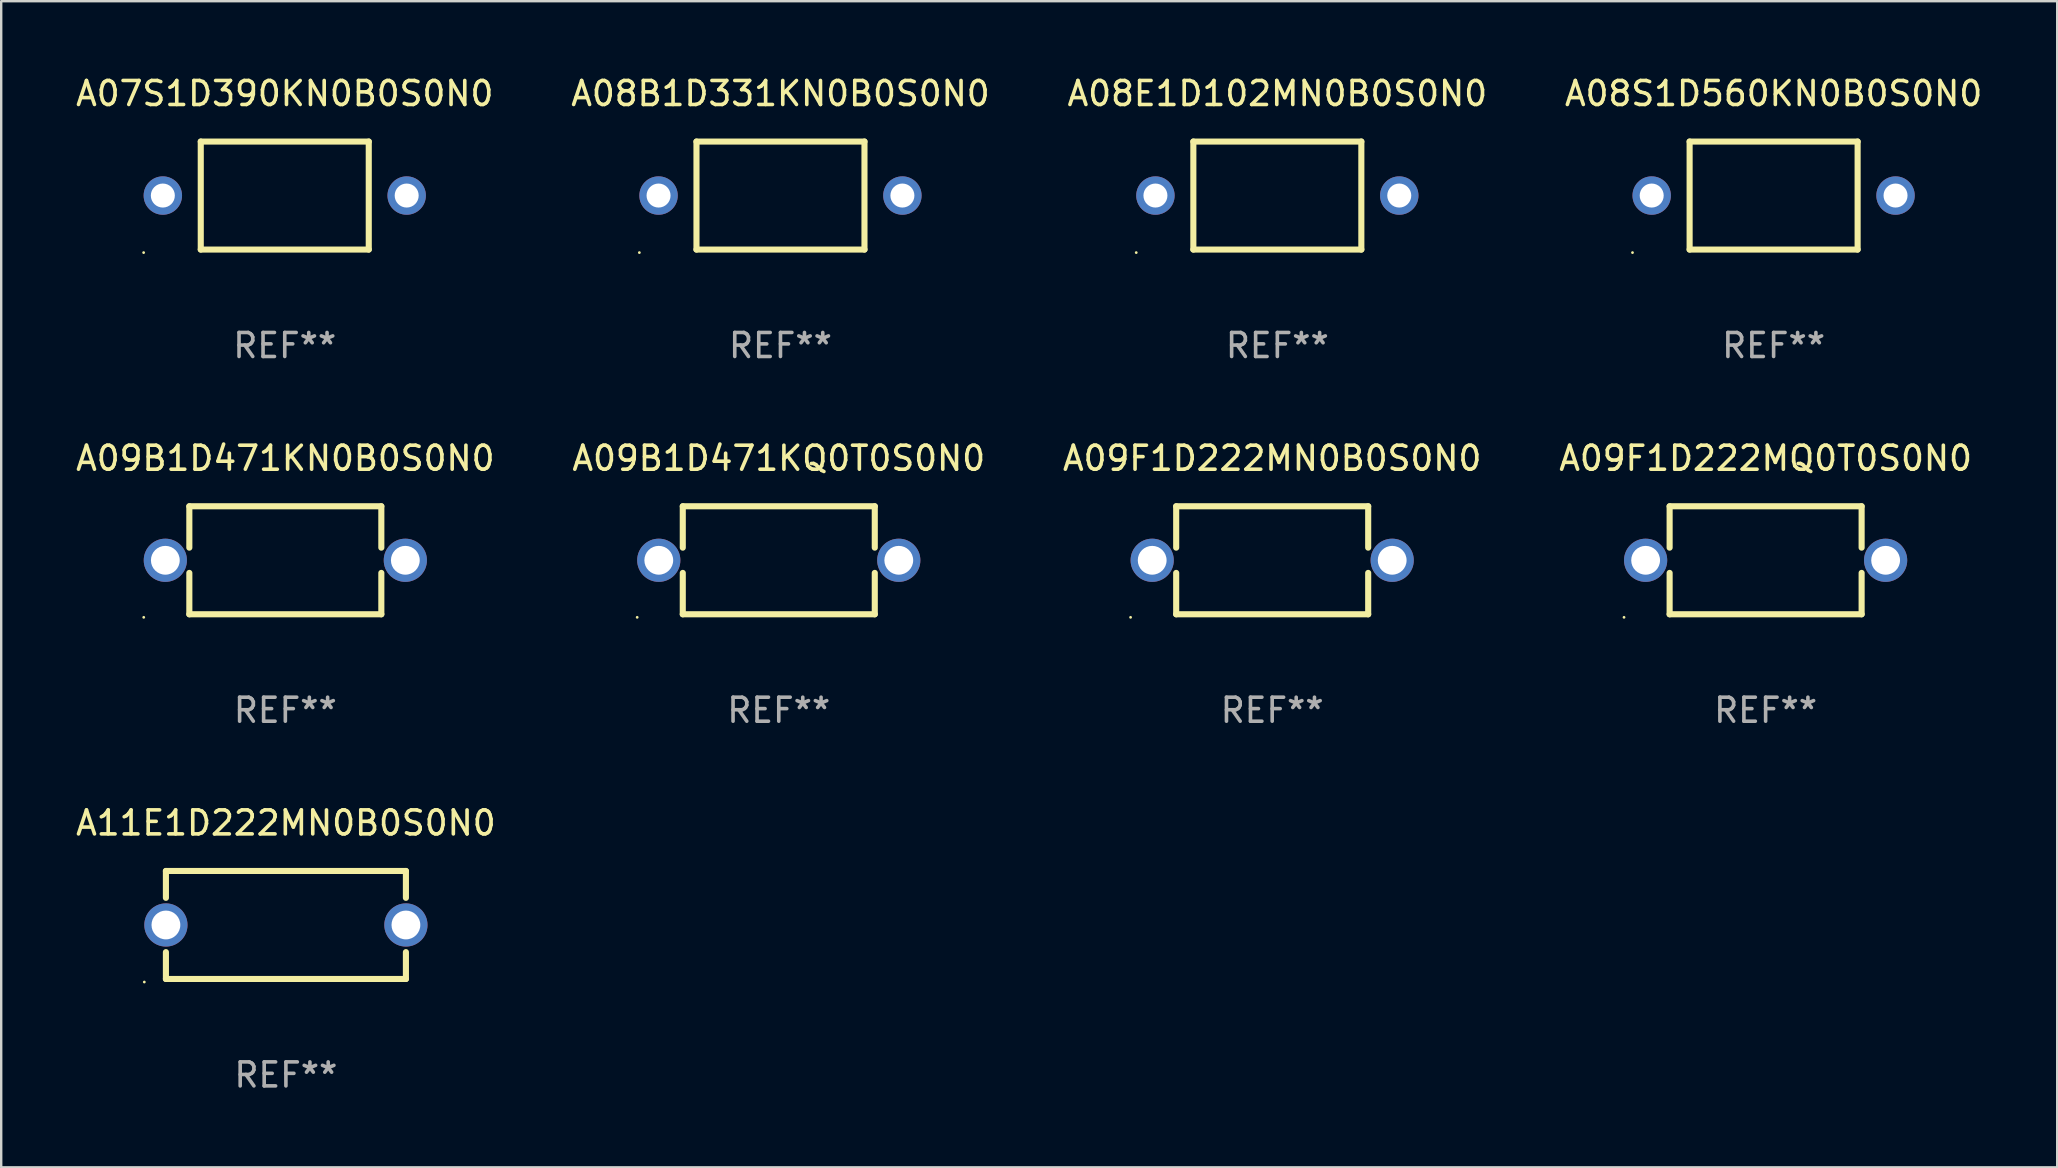
<source format=kicad_pcb>
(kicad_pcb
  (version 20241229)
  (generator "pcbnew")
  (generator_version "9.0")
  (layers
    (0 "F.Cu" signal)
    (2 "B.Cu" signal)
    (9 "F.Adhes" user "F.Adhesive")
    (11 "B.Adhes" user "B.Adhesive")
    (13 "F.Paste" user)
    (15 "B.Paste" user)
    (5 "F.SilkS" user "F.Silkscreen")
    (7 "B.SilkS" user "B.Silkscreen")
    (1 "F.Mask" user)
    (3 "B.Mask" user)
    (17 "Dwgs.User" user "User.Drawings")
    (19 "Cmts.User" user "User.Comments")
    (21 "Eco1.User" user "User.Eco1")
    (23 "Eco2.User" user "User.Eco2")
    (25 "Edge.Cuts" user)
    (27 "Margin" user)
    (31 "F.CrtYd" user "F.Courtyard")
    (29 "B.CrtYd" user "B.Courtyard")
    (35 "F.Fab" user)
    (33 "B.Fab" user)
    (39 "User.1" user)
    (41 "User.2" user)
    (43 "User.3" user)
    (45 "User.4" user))
  (footprint "A09F1D222MQ0T0S0N0"
    (layer "F.Cu")
    (at 70.518 20.295)
    (property "Reference" "A09F1D222MQ0T0S0N0" (at 0 -4.25 0) (layer "F.SilkS") (effects (font (size 1 1) (thickness 0.15))))
    (attr through_hole)
    (fp_line (start -4 -2.25) (end -4 -0.526) (stroke (width 0.254) (type solid)) (layer "F.SilkS"))
    (fp_line (start -4 -2.25) (end 4 -2.25) (stroke (width 0.254) (type solid)) (layer "F.SilkS"))
    (fp_line (start -4 0.526) (end -4 2.25) (stroke (width 0.254) (type solid)) (layer "F.SilkS"))
    (fp_line (start 4 -2.25) (end 4 -0.526) (stroke (width 0.254) (type solid)) (layer "F.SilkS"))
    (fp_line (start 4 0.526) (end 4 2.25) (stroke (width 0.254) (type solid)) (layer "F.SilkS"))
    (fp_line (start 4 2.25) (end -4 2.25) (stroke (width 0.254) (type solid)) (layer "F.SilkS"))
    (fp_circle (center -5.9 2.377) (end -5.87 2.377) (stroke (width 0.06) (type solid)) (fill no) (layer "F.SilkS"))
    (fp_text user "REF**" (at 0 6.25 0) (layer "F.Fab") (effects (font (size 1 1) (thickness 0.15))))
    (pad "1" thru_hole circle (at -5 0) (size 1.8 1.8) (drill 1.2) (layers "*.Cu" "*.Mask"))
    (pad "2" thru_hole circle (at 5 0) (size 1.8 1.8) (drill 1.2) (layers "*.Cu" "*.Mask")))
  (footprint "A09B1D471KQ0T0S0N0"
    (layer "F.Cu")
    (at 29.399 20.295)
    (property "Reference" "A09B1D471KQ0T0S0N0" (at 0 -4.25 0) (layer "F.SilkS") (effects (font (size 1 1) (thickness 0.15))))
    (attr through_hole)
    (fp_line (start -4 -2.25) (end -4 -0.526) (stroke (width 0.254) (type solid)) (layer "F.SilkS"))
    (fp_line (start -4 -2.25) (end 4 -2.25) (stroke (width 0.254) (type solid)) (layer "F.SilkS"))
    (fp_line (start -4 0.526) (end -4 2.25) (stroke (width 0.254) (type solid)) (layer "F.SilkS"))
    (fp_line (start 4 -2.25) (end 4 -0.526) (stroke (width 0.254) (type solid)) (layer "F.SilkS"))
    (fp_line (start 4 0.526) (end 4 2.25) (stroke (width 0.254) (type solid)) (layer "F.SilkS"))
    (fp_line (start 4 2.25) (end -4 2.25) (stroke (width 0.254) (type solid)) (layer "F.SilkS"))
    (fp_circle (center -5.9 2.377) (end -5.87 2.377) (stroke (width 0.06) (type solid)) (fill no) (layer "F.SilkS"))
    (fp_text user "REF**" (at 0 6.25 0) (layer "F.Fab") (effects (font (size 1 1) (thickness 0.15))))
    (pad "1" thru_hole circle (at -5 0) (size 1.8 1.8) (drill 1.2) (layers "*.Cu" "*.Mask"))
    (pad "2" thru_hole circle (at 5 0) (size 1.8 1.8) (drill 1.2) (layers "*.Cu" "*.Mask")))
  (footprint "A08B1D331KN0B0S0N0"
    (layer "F.Cu")
    (at 29.47 5.098)
    (property "Reference" "A08B1D331KN0B0S0N0" (at 0 -4.25 0) (layer "F.SilkS") (effects (font (size 1 1) (thickness 0.15))))
    (attr through_hole)
    (fp_line (start -3.5 -2.25) (end 3.5 -2.25) (stroke (width 0.254) (type solid)) (layer "F.SilkS"))
    (fp_line (start -3.5 2.25) (end -3.5 -2.25) (stroke (width 0.254) (type solid)) (layer "F.SilkS"))
    (fp_line (start 3.5 -2.25) (end 3.5 2.25) (stroke (width 0.254) (type solid)) (layer "F.SilkS"))
    (fp_line (start 3.5 2.25) (end -3.5 2.25) (stroke (width 0.254) (type solid)) (layer "F.SilkS"))
    (fp_circle (center -5.88 2.377) (end -5.85 2.377) (stroke (width 0.06) (type solid)) (fill no) (layer "F.SilkS"))
    (fp_text user "REF**" (at 0 6.25 0) (layer "F.Fab") (effects (font (size 1 1) (thickness 0.15))))
    (pad "1" thru_hole circle (at -5.08 0) (size 1.6 1.6) (drill 1) (layers "*.Cu" "*.Mask"))
    (pad "2" thru_hole circle (at 5.08 0) (size 1.6 1.6) (drill 1) (layers "*.Cu" "*.Mask")))
  (footprint "A11E1D222MN0B0S0N0"
    (layer "F.Cu")
    (at 8.863 35.491)
    (property "Reference" "A11E1D222MN0B0S0N0" (at 0 -4.25 0) (layer "F.SilkS") (effects (font (size 1 1) (thickness 0.15))))
    (attr through_hole)
    (fp_line (start -5 -2.25) (end -5 -1.131) (stroke (width 0.254) (type solid)) (layer "F.SilkS"))
    (fp_line (start -5 -2.25) (end 5 -2.25) (stroke (width 0.254) (type solid)) (layer "F.SilkS"))
    (fp_line (start -5 1.131) (end -5 2.25) (stroke (width 0.254) (type solid)) (layer "F.SilkS"))
    (fp_line (start 5 -2.25) (end 5 -1.131) (stroke (width 0.254) (type solid)) (layer "F.SilkS"))
    (fp_line (start 5 1.131) (end 5 2.25) (stroke (width 0.254) (type solid)) (layer "F.SilkS"))
    (fp_line (start 5 2.25) (end -5 2.25) (stroke (width 0.254) (type solid)) (layer "F.SilkS"))
    (fp_circle (center -5.9 2.377) (end -5.87 2.377) (stroke (width 0.06) (type solid)) (fill no) (layer "F.SilkS"))
    (fp_text user "REF**" (at 0 6.25 0) (layer "F.Fab") (effects (font (size 1 1) (thickness 0.15))))
    (pad "1" thru_hole circle (at -5 0) (size 1.8 1.8) (drill 1.2) (layers "*.Cu" "*.Mask"))
    (pad "2" thru_hole circle (at 5 0) (size 1.8 1.8) (drill 1.2) (layers "*.Cu" "*.Mask")))
  (footprint "A07S1D390KN0B0S0N0"
    (layer "F.Cu")
    (at 8.815 5.098)
    (property "Reference" "A07S1D390KN0B0S0N0" (at 0 -4.25 0) (layer "F.SilkS") (effects (font (size 1 1) (thickness 0.15))))
    (attr through_hole)
    (fp_line (start -3.5 -2.25) (end 3.5 -2.25) (stroke (width 0.254) (type solid)) (layer "F.SilkS"))
    (fp_line (start -3.5 2.25) (end -3.5 -2.25) (stroke (width 0.254) (type solid)) (layer "F.SilkS"))
    (fp_line (start 3.5 -2.25) (end 3.5 2.25) (stroke (width 0.254) (type solid)) (layer "F.SilkS"))
    (fp_line (start 3.5 2.25) (end -3.5 2.25) (stroke (width 0.254) (type solid)) (layer "F.SilkS"))
    (fp_circle (center -5.88 2.377) (end -5.85 2.377) (stroke (width 0.06) (type solid)) (fill no) (layer "F.SilkS"))
    (fp_text user "REF**" (at 0 6.25 0) (layer "F.Fab") (effects (font (size 1 1) (thickness 0.15))))
    (pad "1" thru_hole circle (at -5.08 0) (size 1.6 1.6) (drill 1) (layers "*.Cu" "*.Mask"))
    (pad "2" thru_hole circle (at 5.08 0) (size 1.6 1.6) (drill 1) (layers "*.Cu" "*.Mask")))
  (footprint "A09B1D471KN0B0S0N0"
    (layer "F.Cu")
    (at 8.839 20.295)
    (property "Reference" "A09B1D471KN0B0S0N0" (at 0 -4.25 0) (layer "F.SilkS") (effects (font (size 1 1) (thickness 0.15))))
    (attr through_hole)
    (fp_line (start -4 -2.25) (end -4 -0.526) (stroke (width 0.254) (type solid)) (layer "F.SilkS"))
    (fp_line (start -4 -2.25) (end 4 -2.25) (stroke (width 0.254) (type solid)) (layer "F.SilkS"))
    (fp_line (start -4 0.526) (end -4 2.25) (stroke (width 0.254) (type solid)) (layer "F.SilkS"))
    (fp_line (start 4 -2.25) (end 4 -0.526) (stroke (width 0.254) (type solid)) (layer "F.SilkS"))
    (fp_line (start 4 0.526) (end 4 2.25) (stroke (width 0.254) (type solid)) (layer "F.SilkS"))
    (fp_line (start 4 2.25) (end -4 2.25) (stroke (width 0.254) (type solid)) (layer "F.SilkS"))
    (fp_circle (center -5.9 2.377) (end -5.87 2.377) (stroke (width 0.06) (type solid)) (fill no) (layer "F.SilkS"))
    (fp_text user "REF**" (at 0 6.25 0) (layer "F.Fab") (effects (font (size 1 1) (thickness 0.15))))
    (pad "1" thru_hole circle (at -5 0) (size 1.8 1.8) (drill 1.2) (layers "*.Cu" "*.Mask"))
    (pad "2" thru_hole circle (at 5 0) (size 1.8 1.8) (drill 1.2) (layers "*.Cu" "*.Mask")))
  (footprint "A08E1D102MN0B0S0N0"
    (layer "F.Cu")
    (at 50.173 5.098)
    (property "Reference" "A08E1D102MN0B0S0N0" (at 0 -4.25 0) (layer "F.SilkS") (effects (font (size 1 1) (thickness 0.15))))
    (attr through_hole)
    (fp_line (start -3.5 -2.25) (end 3.5 -2.25) (stroke (width 0.254) (type solid)) (layer "F.SilkS"))
    (fp_line (start -3.5 2.25) (end -3.5 -2.25) (stroke (width 0.254) (type solid)) (layer "F.SilkS"))
    (fp_line (start 3.5 -2.25) (end 3.5 2.25) (stroke (width 0.254) (type solid)) (layer "F.SilkS"))
    (fp_line (start 3.5 2.25) (end -3.5 2.25) (stroke (width 0.254) (type solid)) (layer "F.SilkS"))
    (fp_circle (center -5.88 2.377) (end -5.85 2.377) (stroke (width 0.06) (type solid)) (fill no) (layer "F.SilkS"))
    (fp_text user "REF**" (at 0 6.25 0) (layer "F.Fab") (effects (font (size 1 1) (thickness 0.15))))
    (pad "1" thru_hole circle (at -5.08 0) (size 1.6 1.6) (drill 1) (layers "*.Cu" "*.Mask"))
    (pad "2" thru_hole circle (at 5.08 0) (size 1.6 1.6) (drill 1) (layers "*.Cu" "*.Mask")))
  (footprint "A08S1D560KN0B0S0N0"
    (layer "F.Cu")
    (at 70.851 5.098)
    (property "Reference" "A08S1D560KN0B0S0N0" (at 0 -4.25 0) (layer "F.SilkS") (effects (font (size 1 1) (thickness 0.15))))
    (attr through_hole)
    (fp_line (start -3.5 -2.25) (end 3.5 -2.25) (stroke (width 0.254) (type solid)) (layer "F.SilkS"))
    (fp_line (start -3.5 2.25) (end -3.5 -2.25) (stroke (width 0.254) (type solid)) (layer "F.SilkS"))
    (fp_line (start 3.5 -2.25) (end 3.5 2.25) (stroke (width 0.254) (type solid)) (layer "F.SilkS"))
    (fp_line (start 3.5 2.25) (end -3.5 2.25) (stroke (width 0.254) (type solid)) (layer "F.SilkS"))
    (fp_circle (center -5.88 2.377) (end -5.85 2.377) (stroke (width 0.06) (type solid)) (fill no) (layer "F.SilkS"))
    (fp_text user "REF**" (at 0 6.25 0) (layer "F.Fab") (effects (font (size 1 1) (thickness 0.15))))
    (pad "1" thru_hole circle (at -5.08 0) (size 1.6 1.6) (drill 1) (layers "*.Cu" "*.Mask"))
    (pad "2" thru_hole circle (at 5.08 0) (size 1.6 1.6) (drill 1) (layers "*.Cu" "*.Mask")))
  (footprint "A09F1D222MN0B0S0N0"
    (layer "F.Cu")
    (at 49.958 20.295)
    (property "Reference" "A09F1D222MN0B0S0N0" (at 0 -4.25 0) (layer "F.SilkS") (effects (font (size 1 1) (thickness 0.15))))
    (attr through_hole)
    (fp_line (start -4 -2.25) (end -4 -0.526) (stroke (width 0.254) (type solid)) (layer "F.SilkS"))
    (fp_line (start -4 -2.25) (end 4 -2.25) (stroke (width 0.254) (type solid)) (layer "F.SilkS"))
    (fp_line (start -4 0.526) (end -4 2.25) (stroke (width 0.254) (type solid)) (layer "F.SilkS"))
    (fp_line (start 4 -2.25) (end 4 -0.526) (stroke (width 0.254) (type solid)) (layer "F.SilkS"))
    (fp_line (start 4 0.526) (end 4 2.25) (stroke (width 0.254) (type solid)) (layer "F.SilkS"))
    (fp_line (start 4 2.25) (end -4 2.25) (stroke (width 0.254) (type solid)) (layer "F.SilkS"))
    (fp_circle (center -5.9 2.377) (end -5.87 2.377) (stroke (width 0.06) (type solid)) (fill no) (layer "F.SilkS"))
    (fp_text user "REF**" (at 0 6.25 0) (layer "F.Fab") (effects (font (size 1 1) (thickness 0.15))))
    (pad "1" thru_hole circle (at -5 0) (size 1.8 1.8) (drill 1.2) (layers "*.Cu" "*.Mask"))
    (pad "2" thru_hole circle (at 5 0) (size 1.8 1.8) (drill 1.2) (layers "*.Cu" "*.Mask")))
  (gr_rect
    (start -3 -3)
    (end 82.667 45.59)
    (stroke (width 0.1) (type default))
    (fill no)
    (layer "Edge.Cuts")))
</source>
